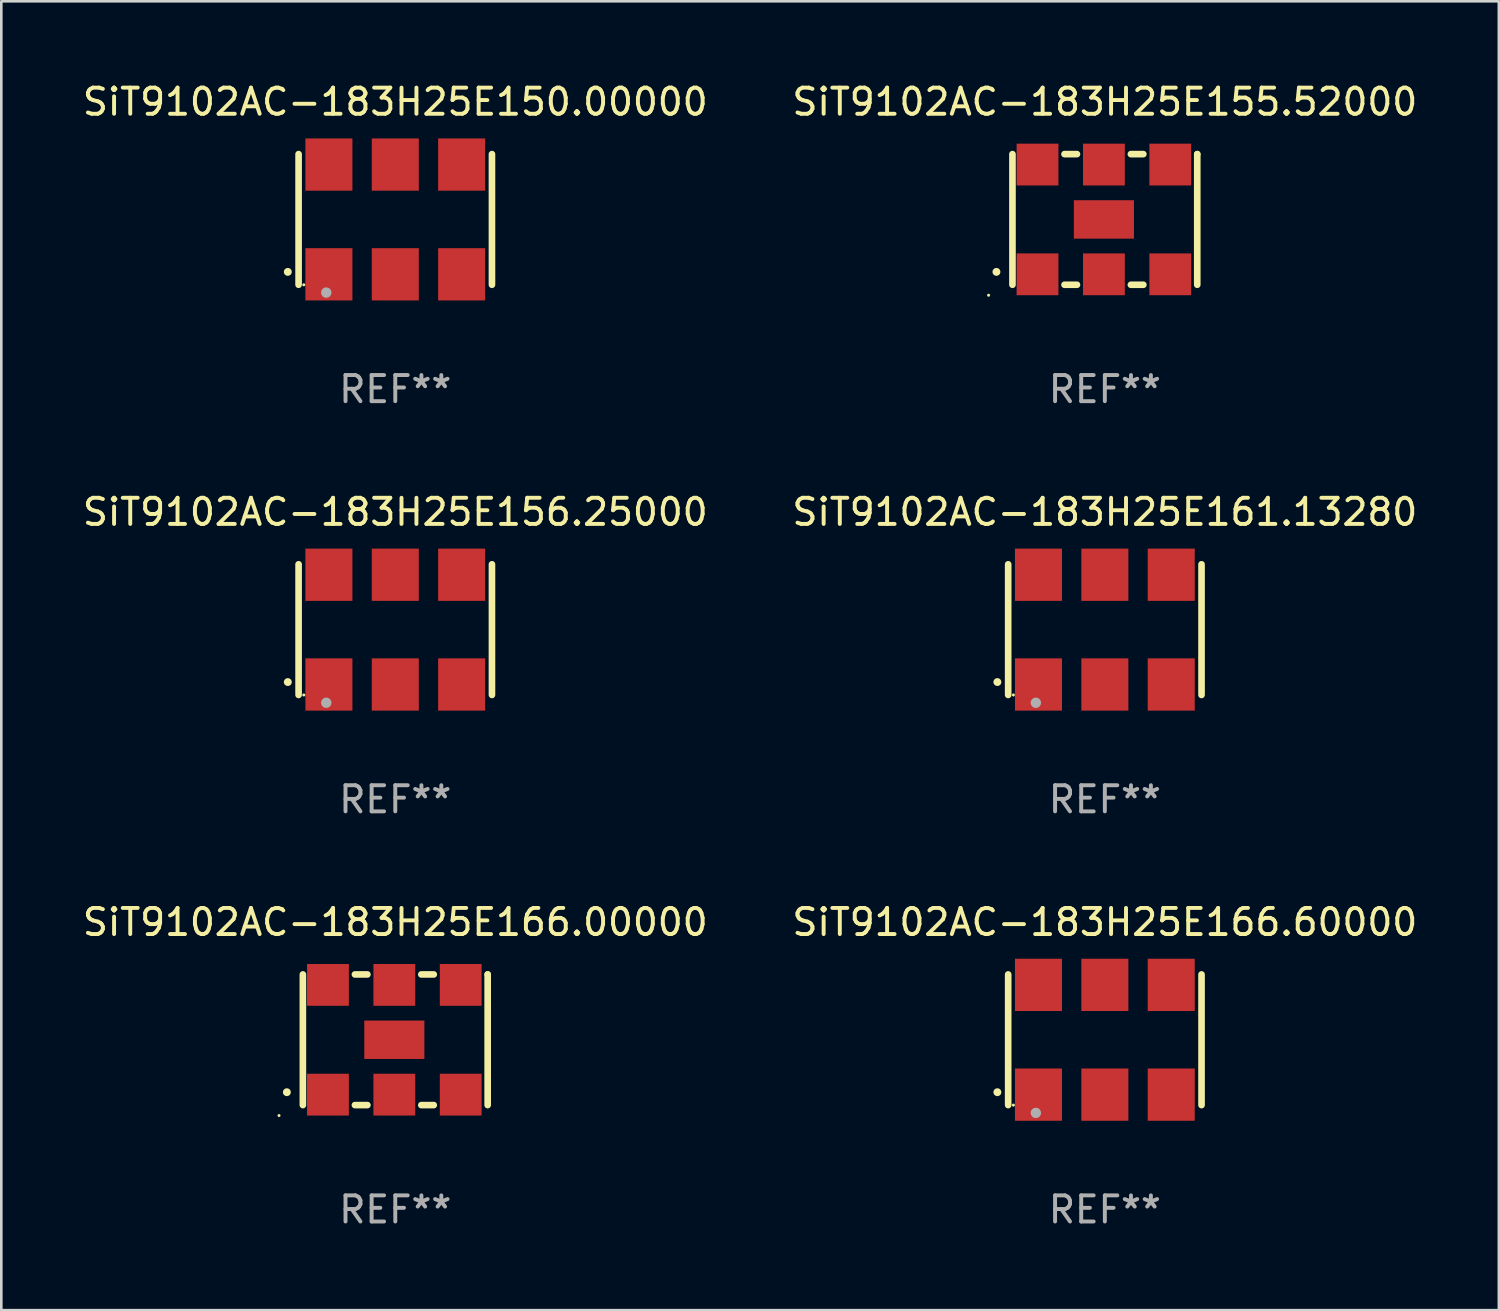
<source format=kicad_pcb>
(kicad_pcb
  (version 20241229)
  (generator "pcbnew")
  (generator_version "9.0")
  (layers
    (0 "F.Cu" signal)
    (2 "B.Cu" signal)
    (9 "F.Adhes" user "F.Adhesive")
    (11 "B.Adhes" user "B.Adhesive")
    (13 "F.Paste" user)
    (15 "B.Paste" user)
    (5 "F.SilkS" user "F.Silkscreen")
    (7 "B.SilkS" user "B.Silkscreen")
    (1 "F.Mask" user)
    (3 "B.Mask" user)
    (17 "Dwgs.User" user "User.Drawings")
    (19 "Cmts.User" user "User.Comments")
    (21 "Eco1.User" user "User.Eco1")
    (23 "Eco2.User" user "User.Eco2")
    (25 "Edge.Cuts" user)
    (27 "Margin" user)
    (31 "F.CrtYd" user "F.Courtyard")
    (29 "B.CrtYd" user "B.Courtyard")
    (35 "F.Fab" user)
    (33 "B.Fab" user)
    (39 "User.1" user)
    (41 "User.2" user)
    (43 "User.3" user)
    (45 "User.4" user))
  (footprint "SiT9102AC-183H25E166.00000"
    (layer "F.Cu")
    (at 12.077 36.741)
    (property "Reference" "SiT9102AC-183H25E166.00000" (at 0 -4.5 0) (layer "F.SilkS") (effects (font (size 1 1) (thickness 0.15))))
    (attr through_hole)
    (fp_line (start -3.536 -2.5) (end -3.536 2.5) (stroke (width 0.254) (type solid)) (layer "F.SilkS"))
    (fp_line (start -1.544 2.5) (end -1.067 2.5) (stroke (width 0.254) (type solid)) (layer "F.SilkS"))
    (fp_line (start -1.067 -2.5) (end -1.544 -2.5) (stroke (width 0.254) (type solid)) (layer "F.SilkS"))
    (fp_line (start 0.996 2.5) (end 1.473 2.5) (stroke (width 0.254) (type solid)) (layer "F.SilkS"))
    (fp_line (start 1.473 -2.5) (end 0.996 -2.5) (stroke (width 0.254) (type solid)) (layer "F.SilkS"))
    (fp_line (start 3.536 -2.5) (end 3.536 -2.5) (stroke (width 0.254) (type solid)) (layer "F.SilkS"))
    (fp_line (start 3.536 2.5) (end 3.536 -2.5) (stroke (width 0.254) (type solid)) (layer "F.SilkS"))
    (fp_arc (start -4.150432 2.006604) (mid -4.149162 2.006599) (end -4.147892 2.006604) (stroke (width 0.3) (type solid)) (layer "F.SilkS"))
    (fp_circle (center -4.449 2.9) (end -4.419 2.9) (stroke (width 0.06) (type solid)) (fill no) (layer "F.SilkS"))
    (fp_text user "REF**" (at 0 6.5 0) (layer "F.Fab") (effects (font (size 1 1) (thickness 0.15))))
    (pad "1" smd rect (at -2.576 2.1) (size 1.6 1.6) (layers "F.Cu" "F.Mask" "F.Paste"))
    (pad "2" smd rect (at -0.036 2.1) (size 1.6 1.6) (layers "F.Cu" "F.Mask" "F.Paste"))
    (pad "3" smd rect (at 2.504 2.1) (size 1.6 1.6) (layers "F.Cu" "F.Mask" "F.Paste"))
    (pad "4" smd rect (at 2.504 -2.1) (size 1.6 1.6) (layers "F.Cu" "F.Mask" "F.Paste"))
    (pad "5" smd rect (at -0.036 -2.1) (size 1.6 1.6) (layers "F.Cu" "F.Mask" "F.Paste"))
    (pad "6" smd rect (at -2.576 -2.1) (size 1.6 1.6) (layers "F.Cu" "F.Mask" "F.Paste"))
    (pad "7" smd rect (at -0.036 0) (size 2.3 1.47) (layers "F.Cu" "F.Mask" "F.Paste")))
  (footprint "SiT9102AC-183H25E166.60000"
    (layer "F.Cu")
    (at 39.232 36.741)
    (property "Reference" "SiT9102AC-183H25E166.60000" (at 0 -4.5 0) (layer "F.SilkS") (effects (font (size 1 1) (thickness 0.15))))
    (attr through_hole)
    (fp_line (start -3.7 -2.5) (end -3.7 2.5) (stroke (width 0.254) (type solid)) (layer "F.SilkS"))
    (fp_line (start 3.7 -2.5) (end 3.7 2.5) (stroke (width 0.254) (type solid)) (layer "F.SilkS"))
    (fp_arc (start -4.114415 2.006604) (mid -4.113145 2.006599) (end -4.111875 2.006604) (stroke (width 0.3) (type solid)) (layer "F.SilkS"))
    (fp_circle (center -3.5 2.501) (end -3.47 2.501) (stroke (width 0.06) (type solid)) (fill no) (layer "F.SilkS"))
    (fp_circle (center -2.641 2.799) (end -2.541 2.799) (stroke (width 0.2) (type solid)) (fill no) (layer "F.Fab"))
    (fp_text user "REF**" (at 0 6.5 0) (layer "F.Fab") (effects (font (size 1 1) (thickness 0.15))))
    (pad "1" smd rect (at -2.54 2.1) (size 1.8 2) (layers "F.Cu" "F.Mask" "F.Paste"))
    (pad "2" smd rect (at 0.000394 2.1) (size 1.8 2) (layers "F.Cu" "F.Mask" "F.Paste"))
    (pad "3" smd rect (at 2.54 2.1) (size 1.8 2) (layers "F.Cu" "F.Mask" "F.Paste"))
    (pad "4" smd rect (at 2.54 -2.1) (size 1.8 2) (layers "F.Cu" "F.Mask" "F.Paste"))
    (pad "5" smd rect (at 0.000394 -2.1) (size 1.8 2) (layers "F.Cu" "F.Mask" "F.Paste"))
    (pad "6" smd rect (at -2.54 -2.1) (size 1.8 2) (layers "F.Cu" "F.Mask" "F.Paste")))
  (footprint "SiT9102AC-183H25E155.52000"
    (layer "F.Cu")
    (at 39.232 5.348)
    (property "Reference" "SiT9102AC-183H25E155.52000" (at 0 -4.5 0) (layer "F.SilkS") (effects (font (size 1 1) (thickness 0.15))))
    (attr through_hole)
    (fp_line (start -3.536 -2.5) (end -3.536 2.5) (stroke (width 0.254) (type solid)) (layer "F.SilkS"))
    (fp_line (start -1.544 2.5) (end -1.067 2.5) (stroke (width 0.254) (type solid)) (layer "F.SilkS"))
    (fp_line (start -1.067 -2.5) (end -1.544 -2.5) (stroke (width 0.254) (type solid)) (layer "F.SilkS"))
    (fp_line (start 0.996 2.5) (end 1.473 2.5) (stroke (width 0.254) (type solid)) (layer "F.SilkS"))
    (fp_line (start 1.473 -2.5) (end 0.996 -2.5) (stroke (width 0.254) (type solid)) (layer "F.SilkS"))
    (fp_line (start 3.536 -2.5) (end 3.536 -2.5) (stroke (width 0.254) (type solid)) (layer "F.SilkS"))
    (fp_line (start 3.536 2.5) (end 3.536 -2.5) (stroke (width 0.254) (type solid)) (layer "F.SilkS"))
    (fp_arc (start -4.150432 2.006604) (mid -4.149162 2.006599) (end -4.147892 2.006604) (stroke (width 0.3) (type solid)) (layer "F.SilkS"))
    (fp_circle (center -4.449 2.9) (end -4.419 2.9) (stroke (width 0.06) (type solid)) (fill no) (layer "F.SilkS"))
    (fp_text user "REF**" (at 0 6.5 0) (layer "F.Fab") (effects (font (size 1 1) (thickness 0.15))))
    (pad "1" smd rect (at -2.576 2.1) (size 1.6 1.6) (layers "F.Cu" "F.Mask" "F.Paste"))
    (pad "2" smd rect (at -0.036 2.1) (size 1.6 1.6) (layers "F.Cu" "F.Mask" "F.Paste"))
    (pad "3" smd rect (at 2.504 2.1) (size 1.6 1.6) (layers "F.Cu" "F.Mask" "F.Paste"))
    (pad "4" smd rect (at 2.504 -2.1) (size 1.6 1.6) (layers "F.Cu" "F.Mask" "F.Paste"))
    (pad "5" smd rect (at -0.036 -2.1) (size 1.6 1.6) (layers "F.Cu" "F.Mask" "F.Paste"))
    (pad "6" smd rect (at -2.576 -2.1) (size 1.6 1.6) (layers "F.Cu" "F.Mask" "F.Paste"))
    (pad "7" smd rect (at -0.036 0) (size 2.3 1.47) (layers "F.Cu" "F.Mask" "F.Paste")))
  (footprint "SiT9102AC-183H25E156.25000"
    (layer "F.Cu")
    (at 12.077 21.045)
    (property "Reference" "SiT9102AC-183H25E156.25000" (at 0 -4.5 0) (layer "F.SilkS") (effects (font (size 1 1) (thickness 0.15))))
    (attr through_hole)
    (fp_line (start -3.7 -2.5) (end -3.7 2.5) (stroke (width 0.254) (type solid)) (layer "F.SilkS"))
    (fp_line (start 3.7 -2.5) (end 3.7 2.5) (stroke (width 0.254) (type solid)) (layer "F.SilkS"))
    (fp_arc (start -4.114415 2.006604) (mid -4.113145 2.006599) (end -4.111875 2.006604) (stroke (width 0.3) (type solid)) (layer "F.SilkS"))
    (fp_circle (center -3.5 2.501) (end -3.47 2.501) (stroke (width 0.06) (type solid)) (fill no) (layer "F.SilkS"))
    (fp_circle (center -2.641 2.799) (end -2.541 2.799) (stroke (width 0.2) (type solid)) (fill no) (layer "F.Fab"))
    (fp_text user "REF**" (at 0 6.5 0) (layer "F.Fab") (effects (font (size 1 1) (thickness 0.15))))
    (pad "1" smd rect (at -2.54 2.1) (size 1.8 2) (layers "F.Cu" "F.Mask" "F.Paste"))
    (pad "2" smd rect (at 0.000394 2.1) (size 1.8 2) (layers "F.Cu" "F.Mask" "F.Paste"))
    (pad "3" smd rect (at 2.54 2.1) (size 1.8 2) (layers "F.Cu" "F.Mask" "F.Paste"))
    (pad "4" smd rect (at 2.54 -2.1) (size 1.8 2) (layers "F.Cu" "F.Mask" "F.Paste"))
    (pad "5" smd rect (at 0.000394 -2.1) (size 1.8 2) (layers "F.Cu" "F.Mask" "F.Paste"))
    (pad "6" smd rect (at -2.54 -2.1) (size 1.8 2) (layers "F.Cu" "F.Mask" "F.Paste")))
  (footprint "SiT9102AC-183H25E150.00000"
    (layer "F.Cu")
    (at 12.077 5.348)
    (property "Reference" "SiT9102AC-183H25E150.00000" (at 0 -4.5 0) (layer "F.SilkS") (effects (font (size 1 1) (thickness 0.15))))
    (attr through_hole)
    (fp_line (start -3.7 -2.5) (end -3.7 2.5) (stroke (width 0.254) (type solid)) (layer "F.SilkS"))
    (fp_line (start 3.7 -2.5) (end 3.7 2.5) (stroke (width 0.254) (type solid)) (layer "F.SilkS"))
    (fp_arc (start -4.114415 2.006604) (mid -4.113145 2.006599) (end -4.111875 2.006604) (stroke (width 0.3) (type solid)) (layer "F.SilkS"))
    (fp_circle (center -3.5 2.501) (end -3.47 2.501) (stroke (width 0.06) (type solid)) (fill no) (layer "F.SilkS"))
    (fp_circle (center -2.641 2.799) (end -2.541 2.799) (stroke (width 0.2) (type solid)) (fill no) (layer "F.Fab"))
    (fp_text user "REF**" (at 0 6.5 0) (layer "F.Fab") (effects (font (size 1 1) (thickness 0.15))))
    (pad "1" smd rect (at -2.54 2.1) (size 1.8 2) (layers "F.Cu" "F.Mask" "F.Paste"))
    (pad "2" smd rect (at 0.000394 2.1) (size 1.8 2) (layers "F.Cu" "F.Mask" "F.Paste"))
    (pad "3" smd rect (at 2.54 2.1) (size 1.8 2) (layers "F.Cu" "F.Mask" "F.Paste"))
    (pad "4" smd rect (at 2.54 -2.1) (size 1.8 2) (layers "F.Cu" "F.Mask" "F.Paste"))
    (pad "5" smd rect (at 0.000394 -2.1) (size 1.8 2) (layers "F.Cu" "F.Mask" "F.Paste"))
    (pad "6" smd rect (at -2.54 -2.1) (size 1.8 2) (layers "F.Cu" "F.Mask" "F.Paste")))
  (footprint "SiT9102AC-183H25E161.13280"
    (layer "F.Cu")
    (at 39.232 21.045)
    (property "Reference" "SiT9102AC-183H25E161.13280" (at 0 -4.5 0) (layer "F.SilkS") (effects (font (size 1 1) (thickness 0.15))))
    (attr through_hole)
    (fp_line (start -3.7 -2.5) (end -3.7 2.5) (stroke (width 0.254) (type solid)) (layer "F.SilkS"))
    (fp_line (start 3.7 -2.5) (end 3.7 2.5) (stroke (width 0.254) (type solid)) (layer "F.SilkS"))
    (fp_arc (start -4.114415 2.006604) (mid -4.113145 2.006599) (end -4.111875 2.006604) (stroke (width 0.3) (type solid)) (layer "F.SilkS"))
    (fp_circle (center -3.5 2.501) (end -3.47 2.501) (stroke (width 0.06) (type solid)) (fill no) (layer "F.SilkS"))
    (fp_circle (center -2.641 2.799) (end -2.541 2.799) (stroke (width 0.2) (type solid)) (fill no) (layer "F.Fab"))
    (fp_text user "REF**" (at 0 6.5 0) (layer "F.Fab") (effects (font (size 1 1) (thickness 0.15))))
    (pad "1" smd rect (at -2.54 2.1) (size 1.8 2) (layers "F.Cu" "F.Mask" "F.Paste"))
    (pad "2" smd rect (at 0.000394 2.1) (size 1.8 2) (layers "F.Cu" "F.Mask" "F.Paste"))
    (pad "3" smd rect (at 2.54 2.1) (size 1.8 2) (layers "F.Cu" "F.Mask" "F.Paste"))
    (pad "4" smd rect (at 2.54 -2.1) (size 1.8 2) (layers "F.Cu" "F.Mask" "F.Paste"))
    (pad "5" smd rect (at 0.000394 -2.1) (size 1.8 2) (layers "F.Cu" "F.Mask" "F.Paste"))
    (pad "6" smd rect (at -2.54 -2.1) (size 1.8 2) (layers "F.Cu" "F.Mask" "F.Paste")))
  (gr_rect
    (start -3 -3)
    (end 54.31 47.09)
    (stroke (width 0.1) (type default))
    (fill no)
    (layer "Edge.Cuts")))
</source>
